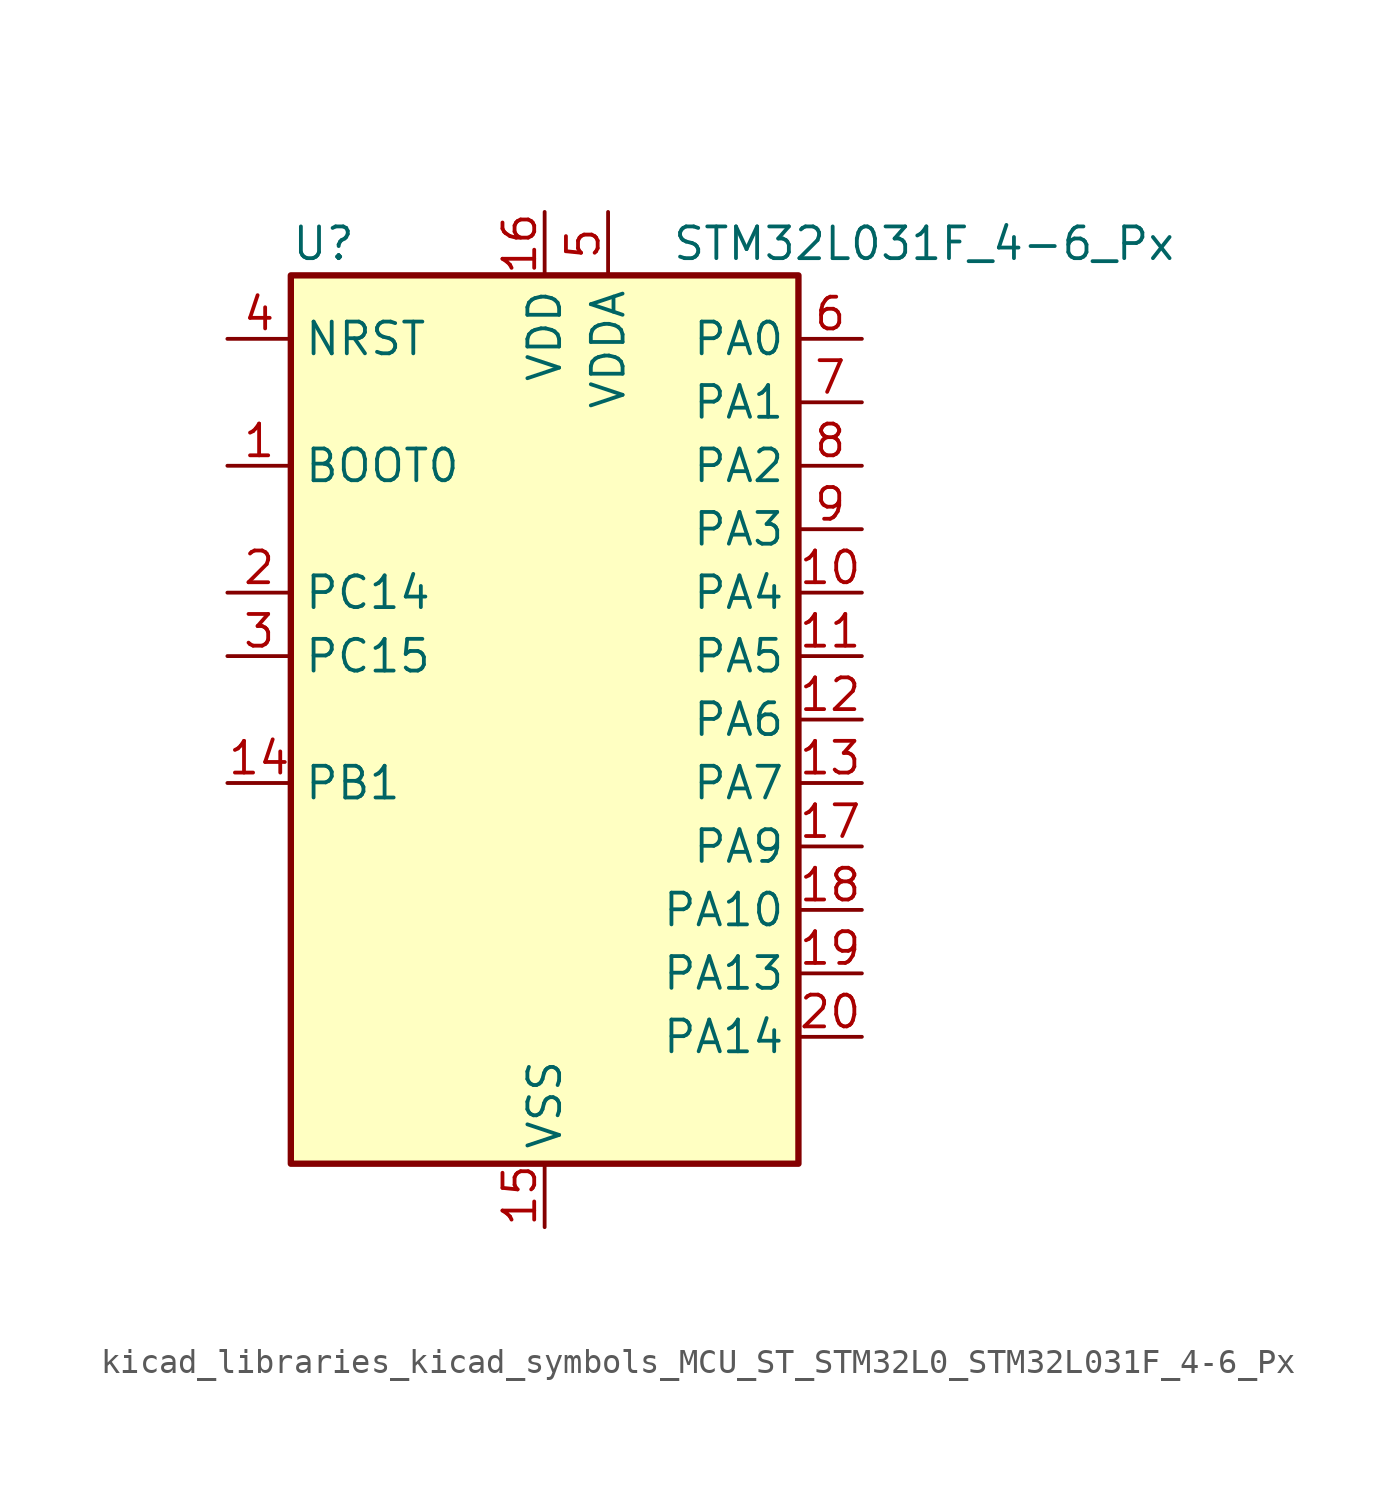
<source format=kicad_sym>
(kicad_symbol_lib
  (version 20220914)
  (generator kicad_symbol_editor)
  (symbol "kicad_libraries_kicad_symbols_MCU_ST_STM32L0_STM32L031F_4-6_Px"
    (property "Reference" "U"
      (at -10.16 19.05 0)
      (effects (font (size 1.27 1.27)) (justify left)))
    (property "Value" "STM32L031F_4-6_Px"
      (at 5.08 19.05 0)
      (effects (font (size 1.27 1.27)) (justify left)))
    (property "ki_locked" ""
      (at 0 0 0)
      (effects (font (size 1.27 1.27))))
    (symbol "kicad_libraries_kicad_symbols_MCU_ST_STM32L0_STM32L031F_4-6_Px_0_1"
      (rectangle (start -10.16 -17.78) (end 10.16 17.78) (stroke (width 0.254) (type default)) (fill (type background))))
    (symbol "kicad_libraries_kicad_symbols_MCU_ST_STM32L0_STM32L031F_4-6_Px_1_1"
      (pin input line (at -12.7 10.16 0) (length 2.54) (name "BOOT0" (effects (font (size 1.27 1.27)))) (number "1" (effects (font (size 1.27 1.27)))))
      (pin bidirectional line (at 12.7 5.08 180) (length 2.54) (name "PA4" (effects (font (size 1.27 1.27)))) (number "10" (effects (font (size 1.27 1.27)))) (alternate "ADC_IN4" bidirectional line) (alternate "COMP1_INM" bidirectional line) (alternate "COMP2_INM" bidirectional line) (alternate "LPTIM1_IN1" bidirectional line) (alternate "SPI1_NSS" bidirectional line) (alternate "TIM22_ETR" bidirectional line) (alternate "USART2_CK" bidirectional line))
      (pin bidirectional line (at 12.7 2.54 180) (length 2.54) (name "PA5" (effects (font (size 1.27 1.27)))) (number "11" (effects (font (size 1.27 1.27)))) (alternate "ADC_IN5" bidirectional line) (alternate "COMP1_INM" bidirectional line) (alternate "COMP2_INM" bidirectional line) (alternate "LPTIM1_IN2" bidirectional line) (alternate "SPI1_SCK" bidirectional line) (alternate "TIM2_CH1" bidirectional line) (alternate "TIM2_ETR" bidirectional line))
      (pin bidirectional line (at 12.7 0 180) (length 2.54) (name "PA6" (effects (font (size 1.27 1.27)))) (number "12" (effects (font (size 1.27 1.27)))) (alternate "ADC_IN6" bidirectional line) (alternate "COMP1_OUT" bidirectional line) (alternate "LPTIM1_ETR" bidirectional line) (alternate "LPUART1_CTS" bidirectional line) (alternate "SPI1_MISO" bidirectional line) (alternate "TIM22_CH1" bidirectional line))
      (pin bidirectional line (at 12.7 -2.54 180) (length 2.54) (name "PA7" (effects (font (size 1.27 1.27)))) (number "13" (effects (font (size 1.27 1.27)))) (alternate "ADC_IN7" bidirectional line) (alternate "COMP2_OUT" bidirectional line) (alternate "LPTIM1_OUT" bidirectional line) (alternate "SPI1_MOSI" bidirectional line) (alternate "TIM22_CH2" bidirectional line) (alternate "USART2_CTS" bidirectional line))
      (pin bidirectional line (at -12.7 -2.54 0) (length 2.54) (name "PB1" (effects (font (size 1.27 1.27)))) (number "14" (effects (font (size 1.27 1.27)))) (alternate "ADC_IN9" bidirectional line) (alternate "LPUART1_DE" bidirectional line) (alternate "LPUART1_RTS" bidirectional line) (alternate "SPI1_MOSI" bidirectional line) (alternate "SYS_VREF_OUT_PB1" bidirectional line) (alternate "TIM2_CH4" bidirectional line) (alternate "USART2_CK" bidirectional line))
      (pin power_in line (at 0 -20.32 90) (length 2.54) (name "VSS" (effects (font (size 1.27 1.27)))) (number "15" (effects (font (size 1.27 1.27)))))
      (pin power_in line (at 0 20.32 270) (length 2.54) (name "VDD" (effects (font (size 1.27 1.27)))) (number "16" (effects (font (size 1.27 1.27)))))
      (pin bidirectional line (at 12.7 -5.08 180) (length 2.54) (name "PA9" (effects (font (size 1.27 1.27)))) (number "17" (effects (font (size 1.27 1.27)))) (alternate "I2C1_SCL" bidirectional line) (alternate "RCC_MCO" bidirectional line) (alternate "TIM22_CH1" bidirectional line) (alternate "USART2_TX" bidirectional line))
      (pin bidirectional line (at 12.7 -7.62 180) (length 2.54) (name "PA10" (effects (font (size 1.27 1.27)))) (number "18" (effects (font (size 1.27 1.27)))) (alternate "I2C1_SDA" bidirectional line) (alternate "TIM22_CH2" bidirectional line) (alternate "USART2_RX" bidirectional line))
      (pin bidirectional line (at 12.7 -10.16 180) (length 2.54) (name "PA13" (effects (font (size 1.27 1.27)))) (number "19" (effects (font (size 1.27 1.27)))) (alternate "LPTIM1_ETR" bidirectional line) (alternate "LPUART1_RX" bidirectional line) (alternate "SYS_SWDIO" bidirectional line))
      (pin bidirectional line (at -12.7 5.08 0) (length 2.54) (name "PC14" (effects (font (size 1.27 1.27)))) (number "2" (effects (font (size 1.27 1.27)))) (alternate "RCC_OSC32_IN" bidirectional line))
      (pin bidirectional line (at 12.7 -12.7 180) (length 2.54) (name "PA14" (effects (font (size 1.27 1.27)))) (number "20" (effects (font (size 1.27 1.27)))) (alternate "I2C1_SMBA" bidirectional line) (alternate "LPTIM1_OUT" bidirectional line) (alternate "LPUART1_TX" bidirectional line) (alternate "SYS_SWCLK" bidirectional line) (alternate "USART2_TX" bidirectional line))
      (pin bidirectional line (at -12.7 2.54 0) (length 2.54) (name "PC15" (effects (font (size 1.27 1.27)))) (number "3" (effects (font (size 1.27 1.27)))) (alternate "RCC_OSC32_OUT" bidirectional line))
      (pin input line (at -12.7 15.24 0) (length 2.54) (name "NRST" (effects (font (size 1.27 1.27)))) (number "4" (effects (font (size 1.27 1.27)))))
      (pin power_in line (at 2.54 20.32 270) (length 2.54) (name "VDDA" (effects (font (size 1.27 1.27)))) (number "5" (effects (font (size 1.27 1.27)))))
      (pin bidirectional line (at 12.7 15.24 180) (length 2.54) (name "PA0" (effects (font (size 1.27 1.27)))) (number "6" (effects (font (size 1.27 1.27)))) (alternate "ADC_IN0" bidirectional line) (alternate "COMP1_INM" bidirectional line) (alternate "COMP1_OUT" bidirectional line) (alternate "LPTIM1_IN1" bidirectional line) (alternate "RCC_CK_IN" bidirectional line) (alternate "RTC_TAMP2" bidirectional line) (alternate "SYS_WKUP1" bidirectional line) (alternate "TIM2_CH1" bidirectional line) (alternate "TIM2_ETR" bidirectional line) (alternate "USART2_CTS" bidirectional line))
      (pin bidirectional line (at 12.7 12.7 180) (length 2.54) (name "PA1" (effects (font (size 1.27 1.27)))) (number "7" (effects (font (size 1.27 1.27)))) (alternate "ADC_IN1" bidirectional line) (alternate "COMP1_INP" bidirectional line) (alternate "I2C1_SMBA" bidirectional line) (alternate "LPTIM1_IN2" bidirectional line) (alternate "TIM21_ETR" bidirectional line) (alternate "TIM2_CH2" bidirectional line) (alternate "USART2_DE" bidirectional line) (alternate "USART2_RTS" bidirectional line))
      (pin bidirectional line (at 12.7 10.16 180) (length 2.54) (name "PA2" (effects (font (size 1.27 1.27)))) (number "8" (effects (font (size 1.27 1.27)))) (alternate "ADC_IN2" bidirectional line) (alternate "COMP2_INM" bidirectional line) (alternate "COMP2_OUT" bidirectional line) (alternate "LPUART1_TX" bidirectional line) (alternate "RTC_OUT_ALARM" bidirectional line) (alternate "RTC_OUT_CALIB" bidirectional line) (alternate "RTC_TAMP3" bidirectional line) (alternate "RTC_TS" bidirectional line) (alternate "SYS_WKUP3" bidirectional line) (alternate "TIM21_CH1" bidirectional line) (alternate "TIM2_CH3" bidirectional line) (alternate "USART2_TX" bidirectional line))
      (pin bidirectional line (at 12.7 7.62 180) (length 2.54) (name "PA3" (effects (font (size 1.27 1.27)))) (number "9" (effects (font (size 1.27 1.27)))) (alternate "ADC_IN3" bidirectional line) (alternate "COMP2_INP" bidirectional line) (alternate "LPUART1_RX" bidirectional line) (alternate "TIM21_CH2" bidirectional line) (alternate "TIM2_CH4" bidirectional line) (alternate "USART2_RX" bidirectional line)))))
</source>
